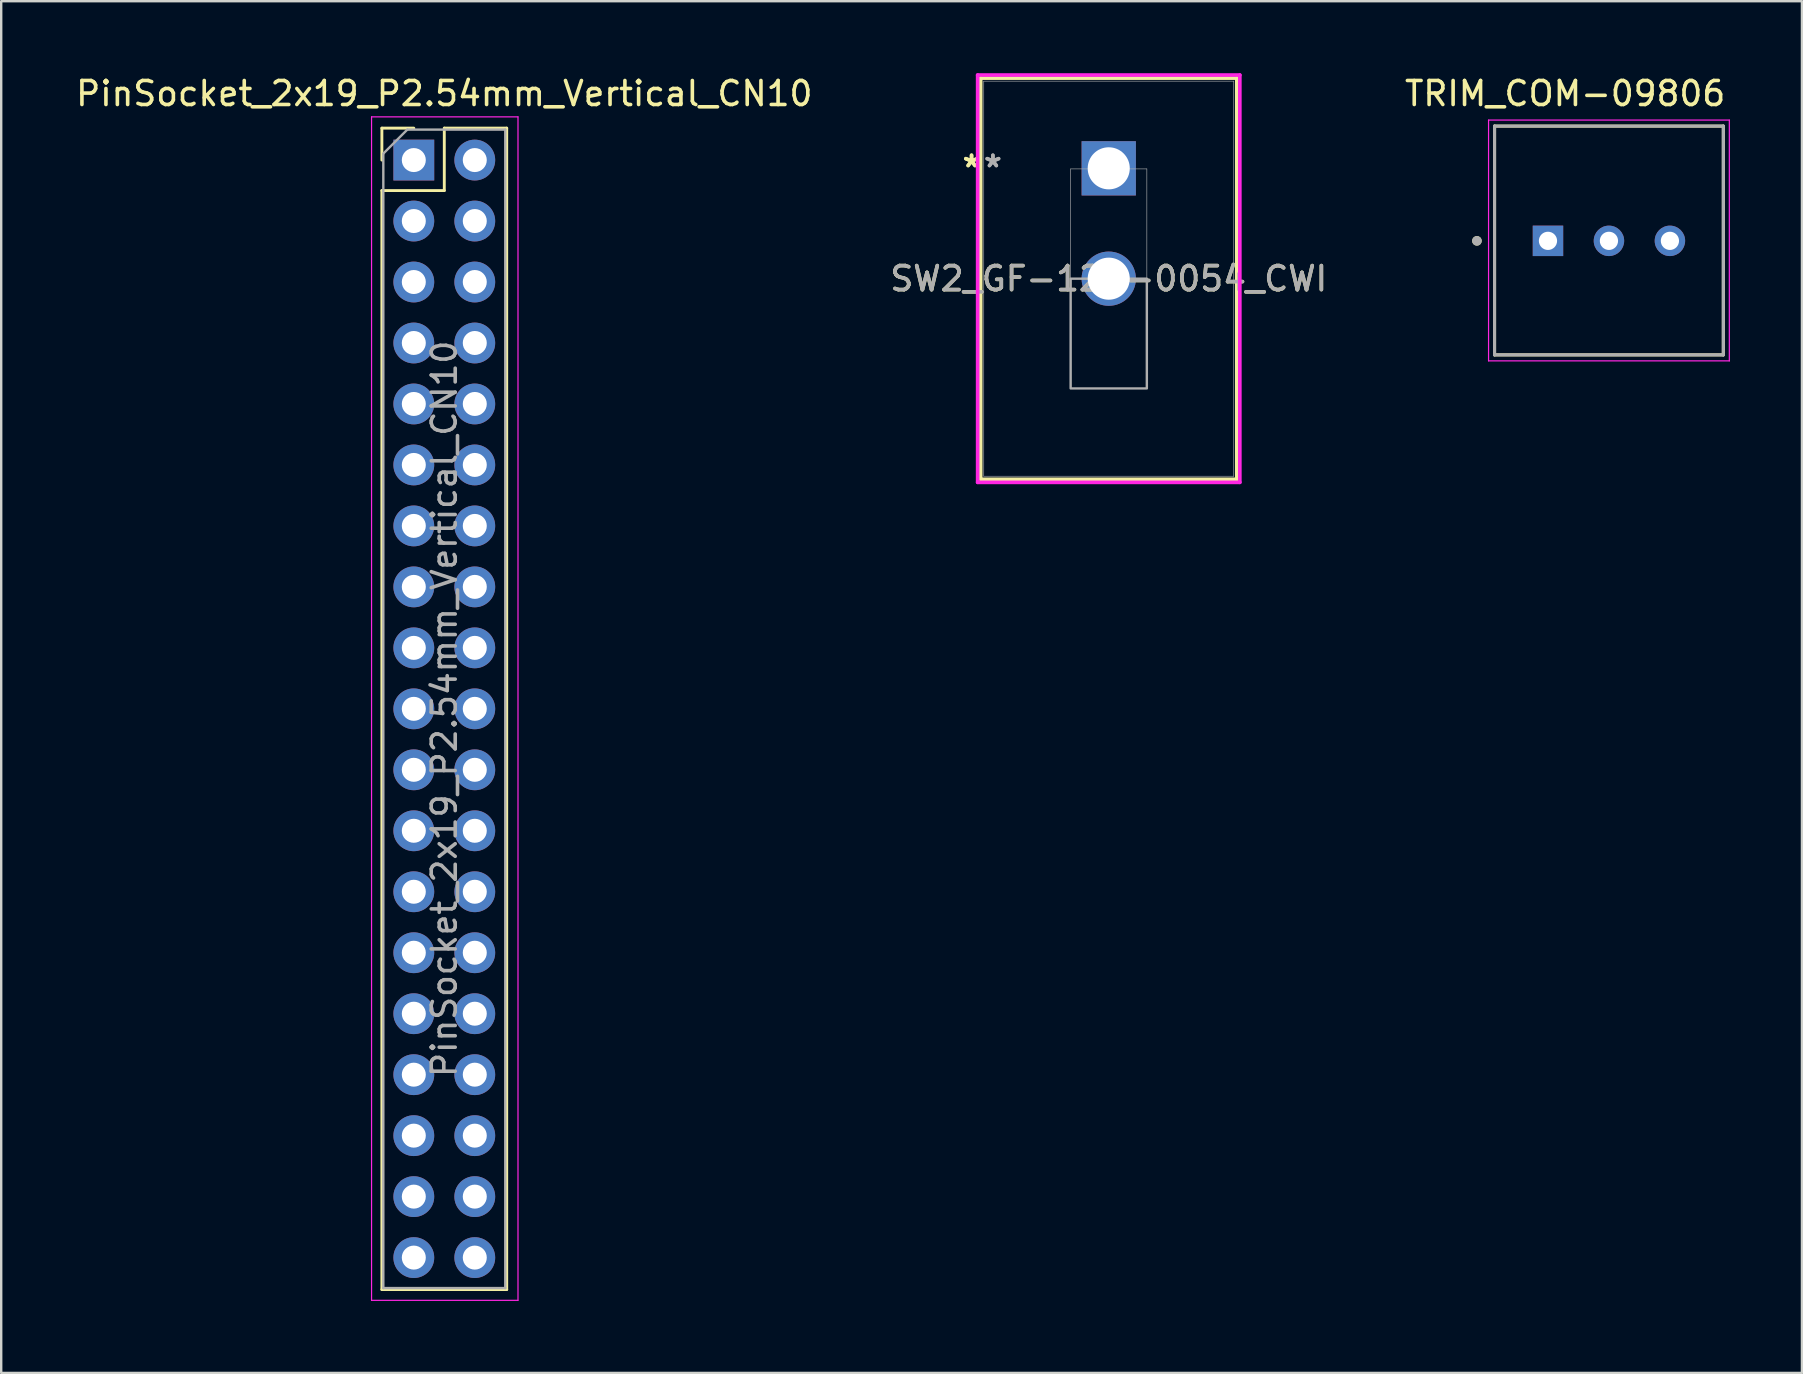
<source format=kicad_pcb>
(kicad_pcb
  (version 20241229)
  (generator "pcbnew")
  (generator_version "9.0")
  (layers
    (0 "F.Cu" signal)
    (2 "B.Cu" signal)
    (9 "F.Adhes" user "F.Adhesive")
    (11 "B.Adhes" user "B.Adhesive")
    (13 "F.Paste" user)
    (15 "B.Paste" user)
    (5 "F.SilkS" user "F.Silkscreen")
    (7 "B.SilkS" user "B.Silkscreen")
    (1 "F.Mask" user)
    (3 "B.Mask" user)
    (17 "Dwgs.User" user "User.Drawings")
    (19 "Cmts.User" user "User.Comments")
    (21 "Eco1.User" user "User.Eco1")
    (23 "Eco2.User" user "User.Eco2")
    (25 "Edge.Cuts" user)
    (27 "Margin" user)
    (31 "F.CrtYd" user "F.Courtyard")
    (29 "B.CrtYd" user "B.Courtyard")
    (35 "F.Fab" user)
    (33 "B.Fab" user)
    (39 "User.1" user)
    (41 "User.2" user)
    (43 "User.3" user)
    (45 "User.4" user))
  (footprint "TRIM_COM-09806"
    (layer "F.Cu")
    (at 63.974 6.983)
    (property "Reference" "TRIM_COM-09806" (at -1.825 -6.135 0) (layer "F.SilkS") (effects (font (size 1 1) (thickness 0.15))))
    (attr through_hole)
    (fp_line (start -4.765 -4.78) (end -4.765 4.75) (stroke (width 0.127) (type solid)) (layer "F.SilkS"))
    (fp_line (start -4.765 4.75) (end 4.765 4.75) (stroke (width 0.127) (type solid)) (layer "F.SilkS"))
    (fp_line (start 4.765 -4.78) (end -4.765 -4.78) (stroke (width 0.127) (type solid)) (layer "F.SilkS"))
    (fp_line (start 4.765 4.75) (end 4.765 -4.78) (stroke (width 0.127) (type solid)) (layer "F.SilkS"))
    (fp_circle (center -5.5 0) (end -5.4 0) (stroke (width 0.2) (type solid)) (fill no) (layer "F.SilkS"))
    (fp_line (start -5.015 -5.03) (end 5.015 -5.03) (stroke (width 0.05) (type solid)) (layer "F.CrtYd"))
    (fp_line (start -5.015 5) (end -5.015 -5.03) (stroke (width 0.05) (type solid)) (layer "F.CrtYd"))
    (fp_line (start 5.015 -5.03) (end 5.015 5) (stroke (width 0.05) (type solid)) (layer "F.CrtYd"))
    (fp_line (start 5.015 5) (end -5.015 5) (stroke (width 0.05) (type solid)) (layer "F.CrtYd"))
    (fp_line (start -4.765 -4.78) (end 4.765 -4.78) (stroke (width 0.127) (type solid)) (layer "F.Fab"))
    (fp_line (start -4.765 4.75) (end -4.765 -4.78) (stroke (width 0.127) (type solid)) (layer "F.Fab"))
    (fp_line (start 4.765 -4.78) (end 4.765 4.75) (stroke (width 0.127) (type solid)) (layer "F.Fab"))
    (fp_line (start 4.765 4.75) (end -4.765 4.75) (stroke (width 0.127) (type solid)) (layer "F.Fab"))
    (fp_circle (center -5.5 0) (end -5.4 0) (stroke (width 0.2) (type solid)) (fill no) (layer "F.Fab"))
    (pad "1" thru_hole rect (at -2.54 0) (size 1.268 1.268) (drill 0.76) (layers "*.Cu" "*.Mask"))
    (pad "2" thru_hole circle (at 0 0) (size 1.268 1.268) (drill 0.76) (layers "*.Cu" "*.Mask"))
    (pad "3" thru_hole circle (at 2.54 0) (size 1.268 1.268) (drill 0.76) (layers "*.Cu" "*.Mask")))
  (footprint "SW2_GF-123-0054_CWI"
    (layer "F.Cu")
    (at 43.137 3.962)
    (property "Reference" "SW2_GF-123-0054_CWI" (at 0 4.597 0) (unlocked yes) (layer "F.SilkS") (effects (font (size 1 1) (thickness 0.15))))
    (attr through_hole)
    (fp_line (start -5.334 -3.759) (end -5.334 12.954) (stroke (width 0.152) (type solid)) (layer "F.SilkS"))
    (fp_line (start -5.334 12.954) (end 5.334 12.954) (stroke (width 0.152) (type solid)) (layer "F.SilkS"))
    (fp_line (start 5.334 -3.759) (end -5.334 -3.759) (stroke (width 0.152) (type solid)) (layer "F.SilkS"))
    (fp_line (start 5.334 12.954) (end 5.334 -3.759) (stroke (width 0.152) (type solid)) (layer "F.SilkS"))
    (fp_line (start -5.461 -3.886) (end -5.461 13.081) (stroke (width 0.152) (type solid)) (layer "F.CrtYd"))
    (fp_line (start -5.461 13.081) (end 5.461 13.081) (stroke (width 0.152) (type solid)) (layer "F.CrtYd"))
    (fp_line (start 5.461 -3.886) (end -5.461 -3.886) (stroke (width 0.152) (type solid)) (layer "F.CrtYd"))
    (fp_line (start 5.461 13.081) (end 5.461 -3.886) (stroke (width 0.152) (type solid)) (layer "F.CrtYd"))
    (fp_line (start -5.207 -3.632) (end -5.207 12.827) (stroke (width 0.025) (type solid)) (layer "F.Fab"))
    (fp_line (start -5.207 12.827) (end 5.207 12.827) (stroke (width 0.025) (type solid)) (layer "F.Fab"))
    (fp_line (start -1.587 0.025) (end 1.587 0.025) (stroke (width 0.025) (type solid)) (layer "F.Fab"))
    (fp_line (start -1.587 9.169) (end -1.587 0.025) (stroke (width 0.025) (type solid)) (layer "F.Fab"))
    (fp_line (start 1.587 0.025) (end 1.587 9.169) (stroke (width 0.025) (type solid)) (layer "F.Fab"))
    (fp_line (start 1.587 9.169) (end -1.587 9.169) (stroke (width 0.025) (type solid)) (layer "F.Fab"))
    (fp_line (start 5.207 -3.632) (end -5.207 -3.632) (stroke (width 0.025) (type solid)) (layer "F.Fab"))
    (fp_line (start 5.207 12.827) (end 5.207 -3.632) (stroke (width 0.025) (type solid)) (layer "F.Fab"))
    (fp_poly (pts (xy -1.587 9.169) (xy -1.587 4.597) (xy 1.587 4.597) (xy 1.587 9.169)) (stroke (width 0.1) (type solid)) (fill no) (layer "F.Fab"))
    (fp_text user "*" (at -5.715 0 0) (layer "F.SilkS") (effects (font (size 1 1) (thickness 0.15))))
    (fp_text user "*" (at -5.715 0 0) (unlocked yes) (layer "F.SilkS") (effects (font (size 1 1) (thickness 0.15))))
    (fp_text user "${REFERENCE}" (at 0 4.597 0) (unlocked yes) (layer "F.Fab") (effects (font (size 1 1) (thickness 0.15))))
    (fp_text user "*" (at -4.826 0 0) (layer "F.Fab") (effects (font (size 1 1) (thickness 0.15))))
    (fp_text user "*" (at -4.826 0 0) (unlocked yes) (layer "F.Fab") (effects (font (size 1 1) (thickness 0.15))))
    (pad "1" thru_hole rect (at 0 0) (size 2.261 2.261) (drill 1.753) (layers "*.Cu" "*.Mask"))
    (pad "2" thru_hole circle (at 0 4.597) (size 2.261 2.261) (drill 1.753) (layers "*.Cu" "*.Mask")))
  (footprint "PinSocket_2x19_P2.54mm_Vertical_CN10"
    (layer "F.Cu")
    (at 17.568 3.618)
    (property "Reference" "PinSocket_2x19_P2.54mm_Vertical_CN10" (at -2.11 -2.77 0) (layer "F.SilkS") (effects (font (size 1 1) (thickness 0.15))))
    (attr through_hole)
    (fp_line (start -4.71 -1.33) (end -4.71 0) (stroke (width 0.12) (type solid)) (layer "F.SilkS"))
    (fp_line (start -4.71 1.27) (end -4.71 47.05) (stroke (width 0.12) (type solid)) (layer "F.SilkS"))
    (fp_line (start -3.38 -1.33) (end -4.71 -1.33) (stroke (width 0.12) (type solid)) (layer "F.SilkS"))
    (fp_line (start -2.11 -1.33) (end -2.11 1.27) (stroke (width 0.12) (type solid)) (layer "F.SilkS"))
    (fp_line (start -2.11 1.27) (end -4.71 1.27) (stroke (width 0.12) (type solid)) (layer "F.SilkS"))
    (fp_line (start 0.49 -1.33) (end -2.11 -1.33) (stroke (width 0.12) (type solid)) (layer "F.SilkS"))
    (fp_line (start 0.49 -1.33) (end 0.49 47.05) (stroke (width 0.12) (type solid)) (layer "F.SilkS"))
    (fp_line (start 0.49 47.05) (end -4.71 47.05) (stroke (width 0.12) (type solid)) (layer "F.SilkS"))
    (fp_line (start -5.14 -1.8) (end -5.14 47.5) (stroke (width 0.05) (type solid)) (layer "F.CrtYd"))
    (fp_line (start -5.14 47.5) (end 0.96 47.5) (stroke (width 0.05) (type solid)) (layer "F.CrtYd"))
    (fp_line (start 0.96 -1.8) (end -5.14 -1.8) (stroke (width 0.05) (type solid)) (layer "F.CrtYd"))
    (fp_line (start 0.96 47.5) (end 0.96 -1.8) (stroke (width 0.05) (type solid)) (layer "F.CrtYd"))
    (fp_line (start -4.65 -0.27) (end -4.65 46.99) (stroke (width 0.1) (type solid)) (layer "F.Fab"))
    (fp_line (start -4.65 46.99) (end 0.43 46.99) (stroke (width 0.1) (type solid)) (layer "F.Fab"))
    (fp_line (start -3.65 -1.27) (end -4.65 -0.27) (stroke (width 0.1) (type solid)) (layer "F.Fab"))
    (fp_line (start 0.43 -1.27) (end -3.65 -1.27) (stroke (width 0.1) (type solid)) (layer "F.Fab"))
    (fp_line (start 0.43 46.99) (end 0.43 -1.27) (stroke (width 0.1) (type solid)) (layer "F.Fab"))
    (fp_text user "${REFERENCE}" (at -2.11 22.86 90) (layer "F.Fab") (effects (font (size 1 1) (thickness 0.15))))
    (pad "1" thru_hole rect (at -3.38 0) (size 1.7 1.7) (drill 1) (layers "*.Cu" "*.Mask"))
    (pad "2" thru_hole oval (at -0.84 0) (size 1.7 1.7) (drill 1) (layers "*.Cu" "*.Mask"))
    (pad "3" thru_hole oval (at -3.38 2.54) (size 1.7 1.7) (drill 1) (layers "*.Cu" "*.Mask"))
    (pad "4" thru_hole oval (at -0.84 2.54) (size 1.7 1.7) (drill 1) (layers "*.Cu" "*.Mask"))
    (pad "5" thru_hole oval (at -3.38 5.08) (size 1.7 1.7) (drill 1) (layers "*.Cu" "*.Mask"))
    (pad "6" thru_hole oval (at -0.84 5.08) (size 1.7 1.7) (drill 1) (layers "*.Cu" "*.Mask"))
    (pad "7" thru_hole oval (at -3.38 7.62) (size 1.7 1.7) (drill 1) (layers "*.Cu" "*.Mask"))
    (pad "8" thru_hole oval (at -0.84 7.62) (size 1.7 1.7) (drill 1) (layers "*.Cu" "*.Mask"))
    (pad "9" thru_hole oval (at -3.38 10.16) (size 1.7 1.7) (drill 1) (layers "*.Cu" "*.Mask"))
    (pad "10" thru_hole oval (at -0.84 10.16) (size 1.7 1.7) (drill 1) (layers "*.Cu" "*.Mask"))
    (pad "11" thru_hole oval (at -3.38 12.7) (size 1.7 1.7) (drill 1) (layers "*.Cu" "*.Mask"))
    (pad "12" thru_hole oval (at -0.84 12.7) (size 1.7 1.7) (drill 1) (layers "*.Cu" "*.Mask"))
    (pad "13" thru_hole oval (at -3.38 15.24) (size 1.7 1.7) (drill 1) (layers "*.Cu" "*.Mask"))
    (pad "14" thru_hole oval (at -0.84 15.24) (size 1.7 1.7) (drill 1) (layers "*.Cu" "*.Mask"))
    (pad "15" thru_hole oval (at -3.38 17.78) (size 1.7 1.7) (drill 1) (layers "*.Cu" "*.Mask"))
    (pad "16" thru_hole oval (at -0.84 17.78) (size 1.7 1.7) (drill 1) (layers "*.Cu" "*.Mask"))
    (pad "17" thru_hole oval (at -3.38 20.32) (size 1.7 1.7) (drill 1) (layers "*.Cu" "*.Mask"))
    (pad "18" thru_hole oval (at -0.84 20.32) (size 1.7 1.7) (drill 1) (layers "*.Cu" "*.Mask"))
    (pad "19" thru_hole oval (at -3.38 22.86) (size 1.7 1.7) (drill 1) (layers "*.Cu" "*.Mask"))
    (pad "20" thru_hole oval (at -0.84 22.86) (size 1.7 1.7) (drill 1) (layers "*.Cu" "*.Mask"))
    (pad "21" thru_hole oval (at -3.38 25.4) (size 1.7 1.7) (drill 1) (layers "*.Cu" "*.Mask"))
    (pad "22" thru_hole oval (at -0.84 25.4) (size 1.7 1.7) (drill 1) (layers "*.Cu" "*.Mask"))
    (pad "23" thru_hole oval (at -3.38 27.94) (size 1.7 1.7) (drill 1) (layers "*.Cu" "*.Mask"))
    (pad "24" thru_hole oval (at -0.84 27.94) (size 1.7 1.7) (drill 1) (layers "*.Cu" "*.Mask"))
    (pad "25" thru_hole oval (at -3.38 30.48) (size 1.7 1.7) (drill 1) (layers "*.Cu" "*.Mask"))
    (pad "26" thru_hole oval (at -0.84 30.48) (size 1.7 1.7) (drill 1) (layers "*.Cu" "*.Mask"))
    (pad "27" thru_hole oval (at -3.38 33.02) (size 1.7 1.7) (drill 1) (layers "*.Cu" "*.Mask"))
    (pad "28" thru_hole oval (at -0.84 33.02) (size 1.7 1.7) (drill 1) (layers "*.Cu" "*.Mask"))
    (pad "29" thru_hole oval (at -3.38 35.56) (size 1.7 1.7) (drill 1) (layers "*.Cu" "*.Mask"))
    (pad "30" thru_hole oval (at -0.84 35.56) (size 1.7 1.7) (drill 1) (layers "*.Cu" "*.Mask"))
    (pad "31" thru_hole oval (at -3.38 38.1) (size 1.7 1.7) (drill 1) (layers "*.Cu" "*.Mask"))
    (pad "32" thru_hole oval (at -0.84 38.1) (size 1.7 1.7) (drill 1) (layers "*.Cu" "*.Mask"))
    (pad "33" thru_hole oval (at -3.38 40.64) (size 1.7 1.7) (drill 1) (layers "*.Cu" "*.Mask"))
    (pad "34" thru_hole oval (at -0.84 40.64) (size 1.7 1.7) (drill 1) (layers "*.Cu" "*.Mask"))
    (pad "35" thru_hole oval (at -3.38 43.18) (size 1.7 1.7) (drill 1) (layers "*.Cu" "*.Mask"))
    (pad "36" thru_hole oval (at -0.84 43.18) (size 1.7 1.7) (drill 1) (layers "*.Cu" "*.Mask"))
    (pad "37" thru_hole oval (at -3.38 45.72) (size 1.7 1.7) (drill 1) (layers "*.Cu" "*.Mask"))
    (pad "38" thru_hole oval (at -0.84 45.72) (size 1.7 1.7) (drill 1) (layers "*.Cu" "*.Mask")))
  (gr_rect
    (start -3 -3)
    (end 72.014 54.143)
    (stroke (width 0.1) (type default))
    (fill no)
    (layer "Edge.Cuts")))
</source>
